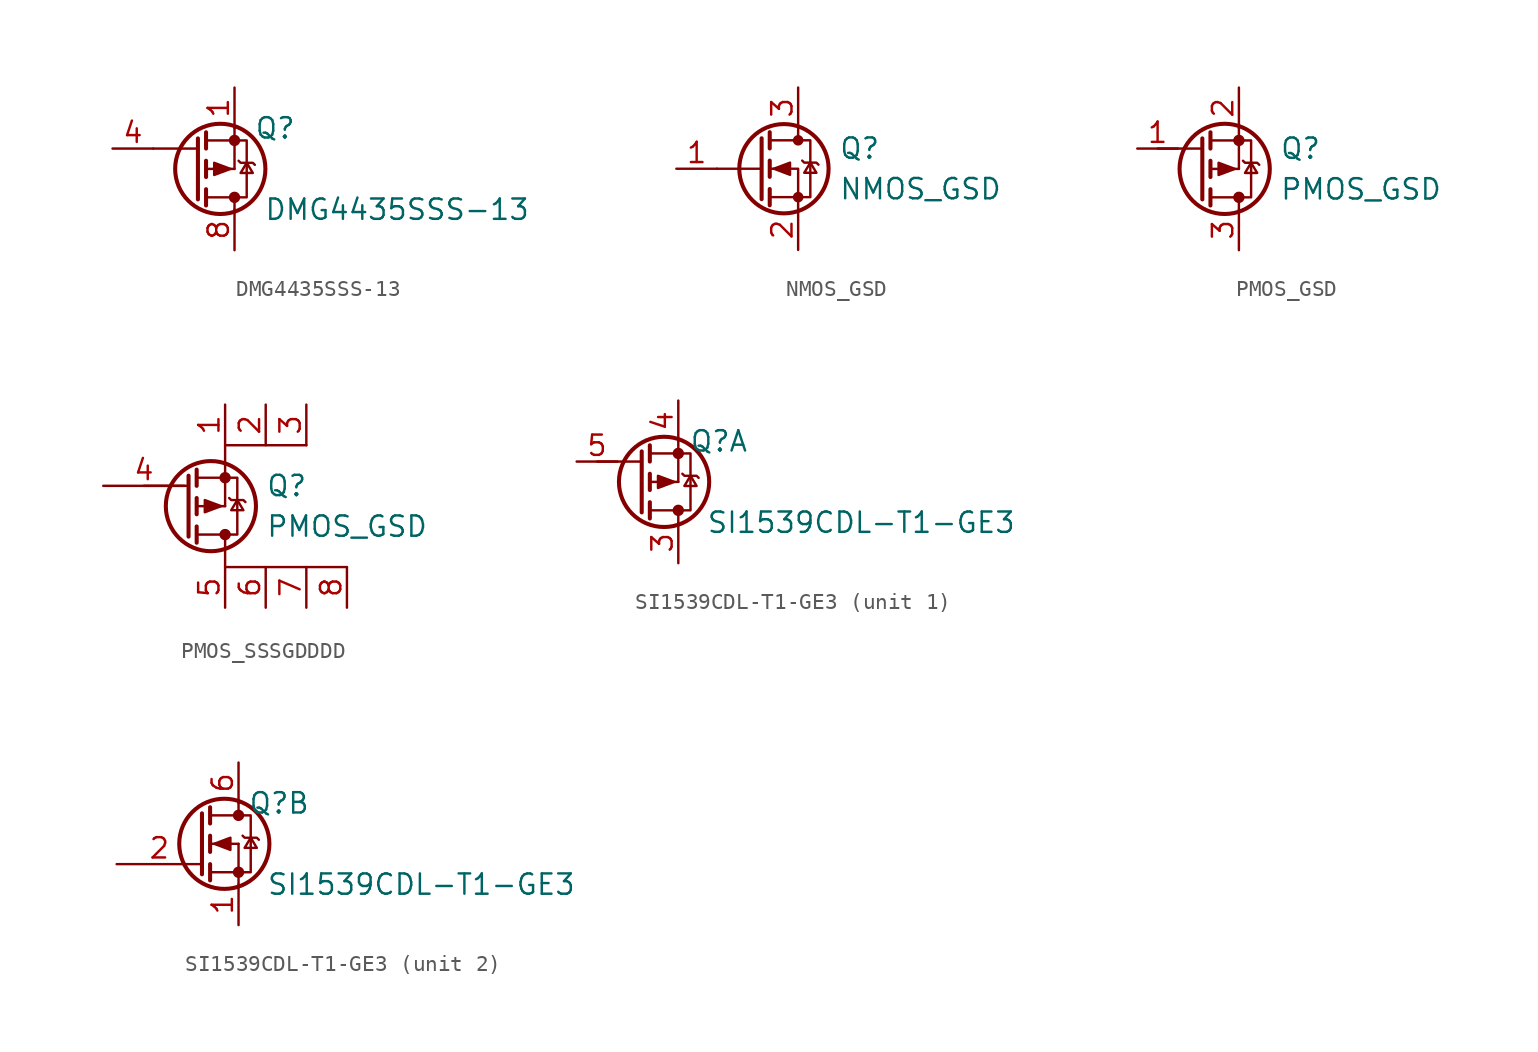
<source format=kicad_sym>
(kicad_symbol_lib
  (version 20220914)
  (generator kicad_symbol_editor)
  (symbol "DMG4435SSS-13"
    (pin_names
      (offset 1.016))
    (property "Reference" "Q"
      (at 2.54 2.54 0)
      (effects (font (size 1.27 1.27))))
    (property "Value" "DMG4435SSS-13"
      (at 10.16 -2.54 0)
      (effects (font (size 1.27 1.27))))
    (symbol "DMG4435SSS-13_1_1"
      (circle (center -0.889 0) (radius 2.819) (stroke (width 0.254) (type default)) (fill (type none)))
      (circle (center 0 -1.778) (radius 0.279) (stroke (width 0) (type default)) (fill (type outline)))
      (polyline (pts (xy -5.08 1.27) (xy -2.286 1.27)) (stroke (width 0) (type default)) (fill (type none)))
      (polyline (pts (xy -1.778 -2.286) (xy -1.778 -1.27)) (stroke (width 0.254) (type default)) (fill (type none)))
      (polyline (pts (xy -1.778 -1.778) (xy 0 -1.778)) (stroke (width 0) (type default)) (fill (type none)))
      (polyline (pts (xy -1.778 -0.508) (xy -1.778 0.508)) (stroke (width 0.254) (type default)) (fill (type none)))
      (polyline (pts (xy -1.778 0) (xy 0 0)) (stroke (width 0) (type default)) (fill (type none)))
      (polyline (pts (xy -1.778 1.27) (xy -1.778 2.286)) (stroke (width 0.254) (type default)) (fill (type none)))
      (polyline (pts (xy -1.778 1.778) (xy 0 1.778)) (stroke (width 0) (type default)) (fill (type none)))
      (polyline (pts (xy 0 -2.54) (xy 0 -1.778)) (stroke (width 0) (type default)) (fill (type none)))
      (polyline (pts (xy 0 1.778) (xy 0 0)) (stroke (width 0) (type default)) (fill (type none)))
      (polyline (pts (xy 0 1.778) (xy 0 2.54)) (stroke (width 0) (type default)) (fill (type none)))
      (polyline (pts (xy -2.286 -1.905) (xy -2.286 1.905) (xy -2.286 1.905)) (stroke (width 0.254) (type default)) (fill (type none)))
      (polyline (pts (xy -0.254 0) (xy -1.27 0.381) (xy -1.27 -0.381) (xy -0.254 0)) (stroke (width 0) (type default)) (fill (type outline)))
      (polyline (pts (xy 0 1.778) (xy 0.762 1.778) (xy 0.762 -1.778) (xy 0 -1.778)) (stroke (width 0) (type default)) (fill (type none)))
      (polyline (pts (xy 0.254 0.508) (xy 0.381 0.381) (xy 1.143 0.381) (xy 1.27 0.254)) (stroke (width 0) (type default)) (fill (type none)))
      (polyline (pts (xy 0.762 0.381) (xy 0.381 -0.254) (xy 1.143 -0.254) (xy 0.762 0.381)) (stroke (width 0) (type default)) (fill (type none)))
      (circle (center 0 1.778) (radius 0.279) (stroke (width 0) (type default)) (fill (type outline)))
      (pin passive line (at 0 5.08 270) (length 2.54) (name "~" (effects (font (size 1.27 1.27)))) (number "1" (effects (font (size 1.27 1.27)))))
      (pin passive line (at 0 5.08 270) (length 2.54) hide (name "S" (effects (font (size 1.27 1.27)))) (number "2" (effects (font (size 1.27 1.27)))))
      (pin passive line (at 0 5.08 270) (length 2.54) hide (name "S" (effects (font (size 1.27 1.27)))) (number "3" (effects (font (size 1.27 1.27)))))
      (pin passive line (at -7.62 1.27 0) (length 2.54) (name "~" (effects (font (size 1.27 1.27)))) (number "4" (effects (font (size 1.27 1.27)))))
      (pin passive line (at 0 -5.08 90) (length 2.54) hide (name "D" (effects (font (size 1.27 1.27)))) (number "5" (effects (font (size 1.27 1.27)))))
      (pin passive line (at 0 -5.08 90) (length 2.54) hide (name "D" (effects (font (size 1.27 1.27)))) (number "6" (effects (font (size 1.27 1.27)))))
      (pin passive line (at 0 -5.08 90) (length 2.54) hide (name "D" (effects (font (size 1.27 1.27)))) (number "7" (effects (font (size 1.27 1.27)))))
      (pin passive line (at 0 -5.08 90) (length 2.54) (name "~" (effects (font (size 1.27 1.27)))) (number "8" (effects (font (size 1.27 1.27)))))))
  (symbol "NMOS_GSD"
    (pin_names hide)
    (property "Reference" "Q"
      (at 2.54 1.27 0)
      (do_not_autoplace)
      (effects (font (size 1.27 1.27)) (justify left)))
    (property "Value" "NMOS_GSD"
      (at 2.54 -1.27 0)
      (do_not_autoplace)
      (effects (font (size 1.27 1.27)) (justify left)))
    (symbol "NMOS_GSD_0_1"
      (circle (center -0.889 0) (radius 2.794) (stroke (width 0.254) (type default)) (fill (type none)))
      (circle (center 0 -1.778) (radius 0.254) (stroke (width 0) (type default)) (fill (type outline)))
      (polyline (pts (xy -2.286 0) (xy -5.08 0)) (stroke (width 0) (type default)) (fill (type none)))
      (polyline (pts (xy -2.286 1.905) (xy -2.286 -1.905)) (stroke (width 0.254) (type default)) (fill (type none)))
      (polyline (pts (xy -1.778 -1.27) (xy -1.778 -2.286)) (stroke (width 0.254) (type default)) (fill (type none)))
      (polyline (pts (xy -1.778 0.508) (xy -1.778 -0.508)) (stroke (width 0.254) (type default)) (fill (type none)))
      (polyline (pts (xy -1.778 2.286) (xy -1.778 1.27)) (stroke (width 0.254) (type default)) (fill (type none)))
      (polyline (pts (xy 0 2.54) (xy 0 1.778)) (stroke (width 0) (type default)) (fill (type none)))
      (polyline (pts (xy 0 -2.54) (xy 0 0) (xy -1.778 0)) (stroke (width 0) (type default)) (fill (type none)))
      (polyline (pts (xy -1.778 -1.778) (xy 0.762 -1.778) (xy 0.762 1.778) (xy -1.778 1.778)) (stroke (width 0) (type default)) (fill (type none)))
      (polyline (pts (xy -1.524 0) (xy -0.508 0.381) (xy -0.508 -0.381) (xy -1.524 0)) (stroke (width 0) (type default)) (fill (type outline)))
      (polyline (pts (xy 0.254 0.508) (xy 0.381 0.381) (xy 1.143 0.381) (xy 1.27 0.254)) (stroke (width 0) (type default)) (fill (type none)))
      (polyline (pts (xy 0.762 0.381) (xy 0.381 -0.254) (xy 1.143 -0.254) (xy 0.762 0.381)) (stroke (width 0) (type default)) (fill (type none)))
      (circle (center 0 1.778) (radius 0.254) (stroke (width 0) (type default)) (fill (type outline))))
    (symbol "NMOS_GSD_1_1"
      (pin input line (at -7.62 0 0) (length 2.54) (name "G" (effects (font (size 1.27 1.27)))) (number "1" (effects (font (size 1.27 1.27)))))
      (pin passive line (at 0 -5.08 90) (length 2.54) (name "S" (effects (font (size 1.27 1.27)))) (number "2" (effects (font (size 1.27 1.27)))))
      (pin passive line (at 0 5.08 270) (length 2.54) (name "D" (effects (font (size 1.27 1.27)))) (number "3" (effects (font (size 1.27 1.27)))))))
  (symbol "PMOS_GSD"
    (property "Reference" "Q"
      (at 2.54 0 0)
      (do_not_autoplace)
      (effects (font (size 1.27 1.27)) (justify left)))
    (property "Value" "PMOS_GSD"
      (at 2.54 -2.54 0)
      (do_not_autoplace)
      (effects (font (size 1.27 1.27)) (justify left)))
    (symbol "PMOS_GSD_1_1"
      (circle (center -0.889 -1.27) (radius 2.819) (stroke (width 0.254) (type default)) (fill (type none)))
      (circle (center 0 -3.048) (radius 0.279) (stroke (width 0) (type default)) (fill (type outline)))
      (polyline (pts (xy -5.08 0) (xy -2.286 0)) (stroke (width 0) (type default)) (fill (type none)))
      (polyline (pts (xy -1.778 -3.556) (xy -1.778 -2.54)) (stroke (width 0.254) (type default)) (fill (type none)))
      (polyline (pts (xy -1.778 -3.048) (xy 0 -3.048)) (stroke (width 0) (type default)) (fill (type none)))
      (polyline (pts (xy -1.778 -1.778) (xy -1.778 -0.762)) (stroke (width 0.254) (type default)) (fill (type none)))
      (polyline (pts (xy -1.778 -1.27) (xy 0 -1.27)) (stroke (width 0) (type default)) (fill (type none)))
      (polyline (pts (xy -1.778 0) (xy -1.778 1.016)) (stroke (width 0.254) (type default)) (fill (type none)))
      (polyline (pts (xy -1.778 0.508) (xy 0 0.508)) (stroke (width 0) (type default)) (fill (type none)))
      (polyline (pts (xy 0 -3.81) (xy 0 -3.048)) (stroke (width 0) (type default)) (fill (type none)))
      (polyline (pts (xy 0 0.508) (xy 0 -1.27)) (stroke (width 0) (type default)) (fill (type none)))
      (polyline (pts (xy 0 0.508) (xy 0 1.27)) (stroke (width 0) (type default)) (fill (type none)))
      (polyline (pts (xy -2.286 -3.175) (xy -2.286 0.635) (xy -2.286 0.635)) (stroke (width 0.254) (type default)) (fill (type none)))
      (polyline (pts (xy -0.254 -1.27) (xy -1.27 -0.889) (xy -1.27 -1.651) (xy -0.254 -1.27)) (stroke (width 0) (type default)) (fill (type outline)))
      (polyline (pts (xy 0 0.508) (xy 0.762 0.508) (xy 0.762 -3.048) (xy 0 -3.048)) (stroke (width 0) (type default)) (fill (type none)))
      (polyline (pts (xy 0.254 -0.762) (xy 0.381 -0.889) (xy 1.143 -0.889) (xy 1.27 -1.016)) (stroke (width 0) (type default)) (fill (type none)))
      (polyline (pts (xy 0.762 -0.889) (xy 0.381 -1.524) (xy 1.143 -1.524) (xy 0.762 -0.889)) (stroke (width 0) (type default)) (fill (type none)))
      (circle (center 0 0.508) (radius 0.279) (stroke (width 0) (type default)) (fill (type outline)))
      (pin input line (at -6.35 0 0) (length 2.54) (name "~" (effects (font (size 1.27 1.27)))) (number "1" (effects (font (size 1.27 1.27)))))
      (pin passive line (at 0 3.81 270) (length 2.54) (name "~" (effects (font (size 1.27 1.27)))) (number "2" (effects (font (size 1.27 1.27)))))
      (pin passive line (at 0 -6.35 90) (length 2.54) (name "~" (effects (font (size 1.27 1.27)))) (number "3" (effects (font (size 1.27 1.27)))))))
  (symbol "PMOS_SSSGDDDD"
    (property "Reference" "Q"
      (at 2.54 0 0)
      (do_not_autoplace)
      (effects (font (size 1.27 1.27)) (justify left)))
    (property "Value" "PMOS_GSD"
      (at 2.54 -2.54 0)
      (do_not_autoplace)
      (effects (font (size 1.27 1.27)) (justify left)))
    (symbol "PMOS_SSSGDDDD_0_1"
      (polyline (pts (xy 0 1.27) (xy 0 2.54) (xy 5.08 2.54)) (stroke (width 0) (type default)) (fill (type none)))
      (polyline (pts (xy 7.62 -5.08) (xy 0 -5.08) (xy 0 -3.81)) (stroke (width 0) (type default)) (fill (type none))))
    (symbol "PMOS_SSSGDDDD_1_1"
      (circle (center -0.889 -1.27) (radius 2.819) (stroke (width 0.254) (type default)) (fill (type none)))
      (circle (center 0 -3.048) (radius 0.279) (stroke (width 0) (type default)) (fill (type outline)))
      (polyline (pts (xy -5.08 0) (xy -2.286 0)) (stroke (width 0) (type default)) (fill (type none)))
      (polyline (pts (xy -1.778 -3.556) (xy -1.778 -2.54)) (stroke (width 0.254) (type default)) (fill (type none)))
      (polyline (pts (xy -1.778 -3.048) (xy 0 -3.048)) (stroke (width 0) (type default)) (fill (type none)))
      (polyline (pts (xy -1.778 -1.778) (xy -1.778 -0.762)) (stroke (width 0.254) (type default)) (fill (type none)))
      (polyline (pts (xy -1.778 -1.27) (xy 0 -1.27)) (stroke (width 0) (type default)) (fill (type none)))
      (polyline (pts (xy -1.778 0) (xy -1.778 1.016)) (stroke (width 0.254) (type default)) (fill (type none)))
      (polyline (pts (xy -1.778 0.508) (xy 0 0.508)) (stroke (width 0) (type default)) (fill (type none)))
      (polyline (pts (xy 0 -3.81) (xy 0 -3.048)) (stroke (width 0) (type default)) (fill (type none)))
      (polyline (pts (xy 0 0.508) (xy 0 -1.27)) (stroke (width 0) (type default)) (fill (type none)))
      (polyline (pts (xy 0 0.508) (xy 0 1.27)) (stroke (width 0) (type default)) (fill (type none)))
      (polyline (pts (xy -2.286 -3.175) (xy -2.286 0.635) (xy -2.286 0.635)) (stroke (width 0.254) (type default)) (fill (type none)))
      (polyline (pts (xy -0.254 -1.27) (xy -1.27 -0.889) (xy -1.27 -1.651) (xy -0.254 -1.27)) (stroke (width 0) (type default)) (fill (type outline)))
      (polyline (pts (xy 0 0.508) (xy 0.762 0.508) (xy 0.762 -3.048) (xy 0 -3.048)) (stroke (width 0) (type default)) (fill (type none)))
      (polyline (pts (xy 0.254 -0.762) (xy 0.381 -0.889) (xy 1.143 -0.889) (xy 1.27 -1.016)) (stroke (width 0) (type default)) (fill (type none)))
      (polyline (pts (xy 0.762 -0.889) (xy 0.381 -1.524) (xy 1.143 -1.524) (xy 0.762 -0.889)) (stroke (width 0) (type default)) (fill (type none)))
      (circle (center 0 0.508) (radius 0.279) (stroke (width 0) (type default)) (fill (type outline)))
      (pin passive line (at 0 5.08 270) (length 2.54) (name "~" (effects (font (size 1.27 1.27)))) (number "1" (effects (font (size 1.27 1.27)))))
      (pin passive line (at 2.54 5.08 270) (length 2.54) (name "~" (effects (font (size 1.27 1.27)))) (number "2" (effects (font (size 1.27 1.27)))))
      (pin passive line (at 5.08 5.08 270) (length 2.54) (name "~" (effects (font (size 1.27 1.27)))) (number "3" (effects (font (size 1.27 1.27)))))
      (pin input line (at -7.62 0 0) (length 5.08) (name "~" (effects (font (size 1.27 1.27)))) (number "4" (effects (font (size 1.27 1.27)))))
      (pin passive line (at 0 -7.62 90) (length 2.54) (name "~" (effects (font (size 1.27 1.27)))) (number "5" (effects (font (size 1.27 1.27)))))
      (pin passive line (at 2.54 -7.62 90) (length 2.54) (name "~" (effects (font (size 1.27 1.27)))) (number "6" (effects (font (size 1.27 1.27)))))
      (pin passive line (at 5.08 -7.62 90) (length 2.54) (name "~" (effects (font (size 1.27 1.27)))) (number "7" (effects (font (size 1.27 1.27)))))
      (pin passive line (at 7.62 -7.62 90) (length 2.54) (name "~" (effects (font (size 1.27 1.27)))) (number "8" (effects (font (size 1.27 1.27)))))))
  (symbol "SI1539CDL-T1-GE3"
    (pin_names
      (offset 1.016))
    (property "Reference" "Q"
      (at 2.54 2.54 0)
      (effects (font (size 1.27 1.27))))
    (property "Value" "SI1539CDL-T1-GE3"
      (at 11.43 -2.54 0)
      (effects (font (size 1.27 1.27))))
    (property "ki_locked" ""
      (at 0 0 0)
      (effects (font (size 1.27 1.27))))
    (symbol "SI1539CDL-T1-GE3_1_1"
      (circle (center -0.889 0) (radius 2.819) (stroke (width 0.254) (type default)) (fill (type none)))
      (circle (center 0 -1.778) (radius 0.279) (stroke (width 0) (type default)) (fill (type outline)))
      (polyline (pts (xy -5.08 1.27) (xy -2.286 1.27)) (stroke (width 0) (type default)) (fill (type none)))
      (polyline (pts (xy -1.778 -2.286) (xy -1.778 -1.27)) (stroke (width 0.254) (type default)) (fill (type none)))
      (polyline (pts (xy -1.778 -1.778) (xy 0 -1.778)) (stroke (width 0) (type default)) (fill (type none)))
      (polyline (pts (xy -1.778 -0.508) (xy -1.778 0.508)) (stroke (width 0.254) (type default)) (fill (type none)))
      (polyline (pts (xy -1.778 0) (xy 0 0)) (stroke (width 0) (type default)) (fill (type none)))
      (polyline (pts (xy -1.778 1.27) (xy -1.778 2.286)) (stroke (width 0.254) (type default)) (fill (type none)))
      (polyline (pts (xy -1.778 1.778) (xy 0 1.778)) (stroke (width 0) (type default)) (fill (type none)))
      (polyline (pts (xy 0 -2.54) (xy 0 -1.778)) (stroke (width 0) (type default)) (fill (type none)))
      (polyline (pts (xy 0 1.778) (xy 0 0)) (stroke (width 0) (type default)) (fill (type none)))
      (polyline (pts (xy 0 1.778) (xy 0 2.54)) (stroke (width 0) (type default)) (fill (type none)))
      (polyline (pts (xy -2.286 -1.905) (xy -2.286 1.905) (xy -2.286 1.905)) (stroke (width 0.254) (type default)) (fill (type none)))
      (polyline (pts (xy -0.254 0) (xy -1.27 0.381) (xy -1.27 -0.381) (xy -0.254 0)) (stroke (width 0) (type default)) (fill (type outline)))
      (polyline (pts (xy 0 1.778) (xy 0.762 1.778) (xy 0.762 -1.778) (xy 0 -1.778)) (stroke (width 0) (type default)) (fill (type none)))
      (polyline (pts (xy 0.254 0.508) (xy 0.381 0.381) (xy 1.143 0.381) (xy 1.27 0.254)) (stroke (width 0) (type default)) (fill (type none)))
      (polyline (pts (xy 0.762 0.381) (xy 0.381 -0.254) (xy 1.143 -0.254) (xy 0.762 0.381)) (stroke (width 0) (type default)) (fill (type none)))
      (circle (center 0 1.778) (radius 0.279) (stroke (width 0) (type default)) (fill (type outline)))
      (pin passive line (at 0 -5.08 90) (length 2.54) (name "~" (effects (font (size 1.27 1.27)))) (number "3" (effects (font (size 1.27 1.27)))))
      (pin passive line (at 0 5.08 270) (length 2.54) (name "~" (effects (font (size 1.27 1.27)))) (number "4" (effects (font (size 1.27 1.27)))))
      (pin input line (at -6.35 1.27 0) (length 2.54) (name "~" (effects (font (size 1.27 1.27)))) (number "5" (effects (font (size 1.27 1.27))))))
    (symbol "SI1539CDL-T1-GE3_2_1"
      (circle (center -0.889 0) (radius 2.819) (stroke (width 0.254) (type default)) (fill (type none)))
      (circle (center 0 -1.778) (radius 0.279) (stroke (width 0) (type default)) (fill (type outline)))
      (polyline (pts (xy -1.778 -1.778) (xy 0 -1.778)) (stroke (width 0) (type default)) (fill (type none)))
      (polyline (pts (xy -1.778 -1.27) (xy -1.778 -2.286)) (stroke (width 0.254) (type default)) (fill (type none)))
      (polyline (pts (xy -1.778 0) (xy 0 0)) (stroke (width 0) (type default)) (fill (type none)))
      (polyline (pts (xy -1.778 0.508) (xy -1.778 -0.508)) (stroke (width 0.254) (type default)) (fill (type none)))
      (polyline (pts (xy -1.778 1.778) (xy 0 1.778)) (stroke (width 0) (type default)) (fill (type none)))
      (polyline (pts (xy -1.778 2.286) (xy -1.778 1.27)) (stroke (width 0.254) (type default)) (fill (type none)))
      (polyline (pts (xy 0 -1.778) (xy 0 -2.54)) (stroke (width 0) (type default)) (fill (type none)))
      (polyline (pts (xy 0 -1.778) (xy 0 0)) (stroke (width 0) (type default)) (fill (type none)))
      (polyline (pts (xy 0 2.54) (xy 0 1.778)) (stroke (width 0) (type default)) (fill (type none)))
      (polyline (pts (xy -2.286 1.905) (xy -2.286 -1.905) (xy -2.286 -1.905)) (stroke (width 0.254) (type default)) (fill (type none)))
      (polyline (pts (xy -1.524 0) (xy -0.508 0.381) (xy -0.508 -0.381) (xy -1.524 0)) (stroke (width 0) (type default)) (fill (type outline)))
      (polyline (pts (xy 0 -1.778) (xy 0.762 -1.778) (xy 0.762 1.778) (xy 0 1.778)) (stroke (width 0) (type default)) (fill (type none)))
      (polyline (pts (xy 0.254 0.508) (xy 0.381 0.381) (xy 1.143 0.381) (xy 1.27 0.254)) (stroke (width 0) (type default)) (fill (type none)))
      (polyline (pts (xy 0.762 0.381) (xy 0.381 -0.254) (xy 1.143 -0.254) (xy 0.762 0.381)) (stroke (width 0) (type default)) (fill (type none)))
      (circle (center 0 1.778) (radius 0.279) (stroke (width 0) (type default)) (fill (type outline)))
      (pin passive line (at 0 -5.08 90) (length 2.54) (name "~" (effects (font (size 1.27 1.27)))) (number "1" (effects (font (size 1.27 1.27)))))
      (pin input line (at -7.62 -1.27 0) (length 5.334) (name "~" (effects (font (size 1.27 1.27)))) (number "2" (effects (font (size 1.27 1.27)))))
      (pin passive line (at 0 5.08 270) (length 2.54) (name "~" (effects (font (size 1.27 1.27)))) (number "6" (effects (font (size 1.27 1.27))))))))
</source>
